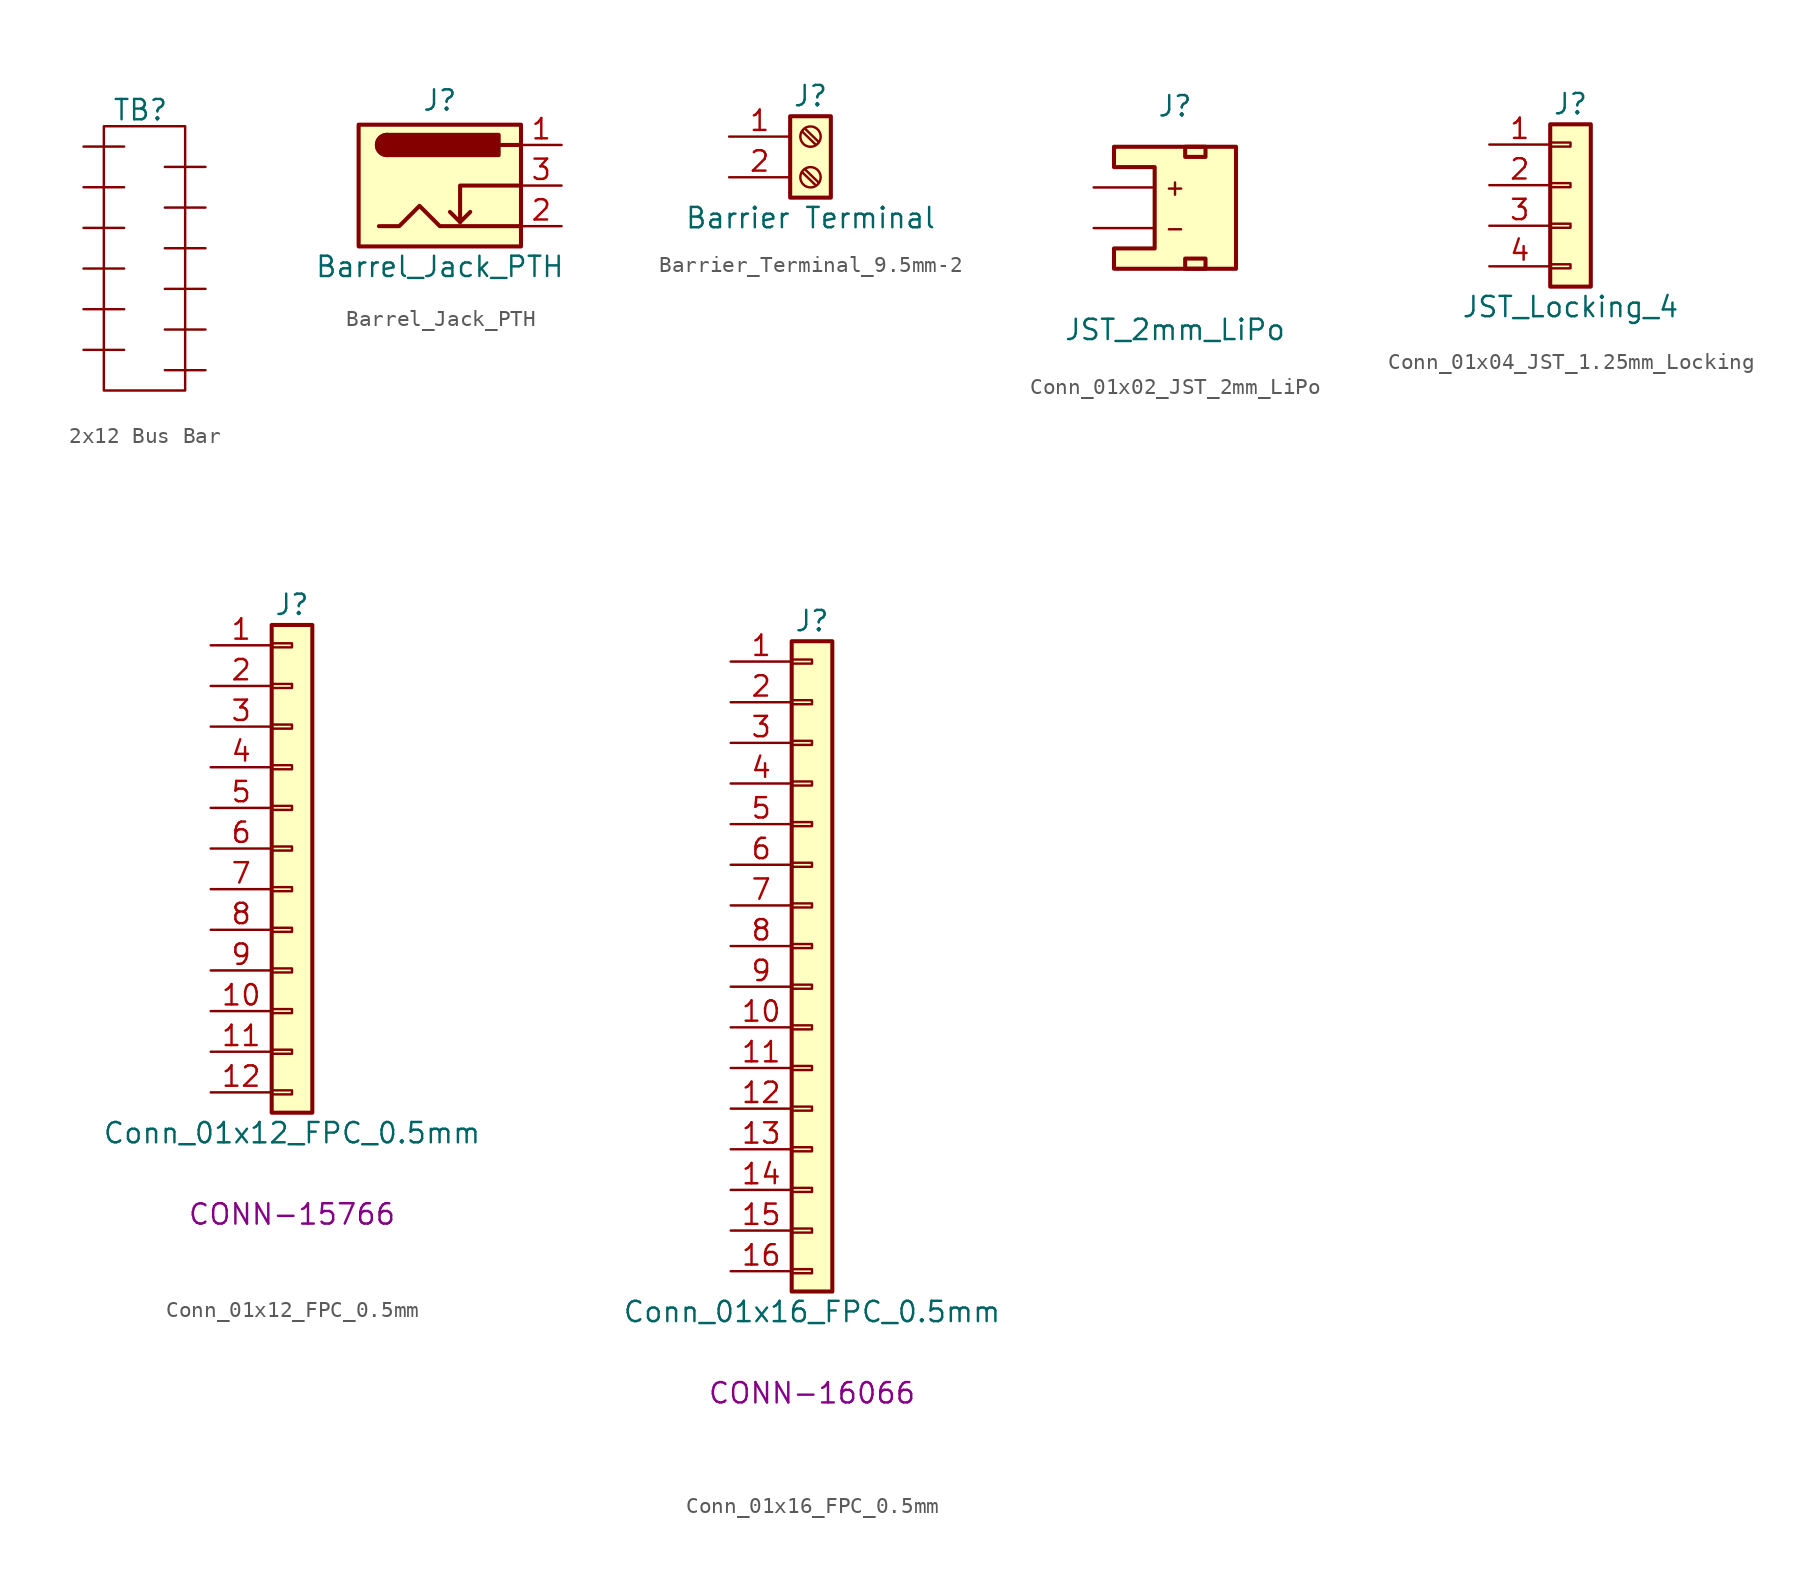
<source format=kicad_sym>
(kicad_symbol_lib
  (version 20231120)
  (generator "kicad_symbol_editor")
  (generator_version "8.0")
  (symbol "2x12 Bus Bar"
    (property "Reference" "TB"
      (at 1.016 6.096 0)
      (effects (font (size 1.27 1.27))))
    (property "Value" ""
      (at 0 0 0)
      (effects (font (size 1.27 1.27))))
    (symbol "2x12 Bus Bar_0_1"
      (rectangle (start -1.27 5.08) (end 3.81 -11.43) (stroke (width 0) (type default)) (fill (type none))))
    (symbol "2x12 Bus Bar_1_1"
      (pin passive line (at -2.54 -8.89 0) (length 2.54) (name "" (effects (font (size 1.27 1.27)))) (number "" (effects (font (size 1.27 1.27)))))
      (pin passive line (at -2.54 -6.35 0) (length 2.54) (name "" (effects (font (size 1.27 1.27)))) (number "" (effects (font (size 1.27 1.27)))))
      (pin passive line (at -2.54 -3.81 0) (length 2.54) (name "" (effects (font (size 1.27 1.27)))) (number "" (effects (font (size 1.27 1.27)))))
      (pin passive line (at -2.54 -1.27 0) (length 2.54) (name "" (effects (font (size 1.27 1.27)))) (number "" (effects (font (size 1.27 1.27)))))
      (pin passive line (at -2.54 1.27 0) (length 2.54) (name "" (effects (font (size 1.27 1.27)))) (number "" (effects (font (size 1.27 1.27)))))
      (pin passive line (at -2.54 3.81 0) (length 2.54) (name "" (effects (font (size 1.27 1.27)))) (number "" (effects (font (size 1.27 1.27)))))
      (pin passive line (at 5.08 -10.16 180) (length 2.54) (name "" (effects (font (size 1.27 1.27)))) (number "" (effects (font (size 1.27 1.27)))))
      (pin passive line (at 5.08 -7.62 180) (length 2.54) (name "" (effects (font (size 1.27 1.27)))) (number "" (effects (font (size 1.27 1.27)))))
      (pin passive line (at 5.08 -5.08 180) (length 2.54) (name "" (effects (font (size 1.27 1.27)))) (number "" (effects (font (size 1.27 1.27)))))
      (pin passive line (at 5.08 -2.54 180) (length 2.54) (name "" (effects (font (size 1.27 1.27)))) (number "" (effects (font (size 1.27 1.27)))))
      (pin passive line (at 5.08 0 180) (length 2.54) (name "" (effects (font (size 1.27 1.27)))) (number "" (effects (font (size 1.27 1.27)))))
      (pin passive line (at 5.08 2.54 180) (length 2.54) (name "" (effects (font (size 1.27 1.27)))) (number "" (effects (font (size 1.27 1.27)))))))
  (symbol "Barrel_Jack_PTH"
    (pin_names hide)
    (property "Reference" "J"
      (at 0 5.334 0)
      (effects (font (size 1.27 1.27))))
    (property "Value" "Barrel_Jack_PTH"
      (at 0 -5.08 0)
      (effects (font (size 1.27 1.27))))
    (symbol "Barrel_Jack_PTH_0_1"
      (rectangle (start -5.08 3.81) (end 5.08 -3.81) (stroke (width 0.254) (type default)) (fill (type background)))
      (arc (start -3.302 3.175) (mid -3.9343 2.54) (end -3.302 1.905) (stroke (width 0.254) (type default)) (fill (type none)))
      (arc (start -3.302 3.175) (mid -3.9343 2.54) (end -3.302 1.905) (stroke (width 0.254) (type default)) (fill (type outline)))
      (polyline (pts (xy 1.27 -2.286) (xy 1.905 -1.651)) (stroke (width 0.254) (type default)) (fill (type none)))
      (polyline (pts (xy 5.08 2.54) (xy 3.81 2.54)) (stroke (width 0.254) (type default)) (fill (type none)))
      (polyline (pts (xy 5.08 0) (xy 1.27 0) (xy 1.27 -2.286) (xy 0.635 -1.651)) (stroke (width 0.254) (type default)) (fill (type none)))
      (polyline (pts (xy -3.81 -2.54) (xy -2.54 -2.54) (xy -1.27 -1.27) (xy 0 -2.54) (xy 2.54 -2.54) (xy 5.08 -2.54)) (stroke (width 0.254) (type default)) (fill (type none)))
      (rectangle (start 3.683 3.175) (end -3.302 1.905) (stroke (width 0.254) (type default)) (fill (type outline))))
    (symbol "Barrel_Jack_PTH_1_1"
      (pin passive line (at 7.62 2.54 180) (length 2.54) (name "PWR" (effects (font (size 1.27 1.27)))) (number "1" (effects (font (size 1.27 1.27)))))
      (pin passive line (at 7.62 -2.54 180) (length 2.54) (name "GND" (effects (font (size 1.27 1.27)))) (number "2" (effects (font (size 1.27 1.27)))))
      (pin passive line (at 7.62 0 180) (length 2.54) (name "GNDBREAK" (effects (font (size 1.27 1.27)))) (number "3" (effects (font (size 1.27 1.27)))))))
  (symbol "Barrier_Terminal_9.5mm-2"
    (pin_names
      (offset 1.016) hide)
    (property "Reference" "J"
      (at 0 3.81 0)
      (effects (font (size 1.27 1.27))))
    (property "Value" "Barrier Terminal"
      (at 0 -3.81 0)
      (effects (font (size 1.27 1.27))))
    (symbol "Barrier_Terminal_9.5mm-2_1_1"
      (rectangle (start -1.27 2.54) (end 1.27 -2.54) (stroke (width 0.254) (type default)) (fill (type background)))
      (circle (center 0 -1.27) (radius 0.635) (stroke (width 0.152) (type default)) (fill (type none)))
      (polyline (pts (xy -0.533 -0.94) (xy 0.33 -1.778)) (stroke (width 0.152) (type default)) (fill (type none)))
      (polyline (pts (xy -0.533 1.6) (xy 0.33 0.762)) (stroke (width 0.152) (type default)) (fill (type none)))
      (polyline (pts (xy -0.356 -0.762) (xy 0.508 -1.6)) (stroke (width 0.152) (type default)) (fill (type none)))
      (polyline (pts (xy -0.356 1.778) (xy 0.508 0.94)) (stroke (width 0.152) (type default)) (fill (type none)))
      (circle (center 0 1.27) (radius 0.635) (stroke (width 0.152) (type default)) (fill (type none)))
      (pin passive line (at -5.08 1.27 0) (length 3.81) (name "Pin_1" (effects (font (size 1.27 1.27)))) (number "1" (effects (font (size 1.27 1.27)))))
      (pin passive line (at -5.08 -1.27 0) (length 3.81) (name "Pin_2" (effects (font (size 1.27 1.27)))) (number "2" (effects (font (size 1.27 1.27)))))))
  (symbol "Conn_01x02_JST_2mm_LiPo"
    (pin_numbers hide)
    (pin_names
      (offset 1.016) hide)
    (property "Reference" "J"
      (at 0 5.08 0)
      (effects (font (size 1.27 1.27))))
    (property "Value" "JST_2mm_LiPo"
      (at 0 -8.89 0)
      (effects (font (size 1.27 1.27))))
    (symbol "Conn_01x02_JST_2mm_LiPo_1_1"
      (polyline (pts (xy -1.27 1.27) (xy -3.81 1.27) (xy -3.81 2.54) (xy 3.81 2.54) (xy 3.81 -5.08) (xy -3.81 -5.08) (xy -3.81 -3.81) (xy -1.27 -3.81) (xy -1.27 1.27)) (stroke (width 0.254) (type default)) (fill (type background)))
      (rectangle (start 0.635 -4.445) (end 1.905 -5.08) (stroke (width 0.254) (type default)) (fill (type none)))
      (rectangle (start 0.635 2.54) (end 1.905 1.905) (stroke (width 0.254) (type default)) (fill (type none)))
      (text "+" (at 0 0 0) (effects (font (size 1 1))))
      (text "-" (at 0 -2.54 0) (effects (font (size 1 1))))
      (pin passive line (at -5.08 -2.54 0) (length 3.81) (name "-" (effects (font (size 1.27 1.27)))) (number "1" (effects (font (size 1.27 1.27)))))
      (pin passive line (at -5.08 0 0) (length 3.81) (name "+" (effects (font (size 1.27 1.27)))) (number "2" (effects (font (size 1.27 1.27)))))
      (pin no_connect line (at 1.27 -1.27 0) (length 2.54) hide (name "NC1" (effects (font (size 1.27 1.27)))) (number "NC1" (effects (font (size 1.27 1.27)))))
      (pin no_connect line (at 1.27 -1.27 0) (length 2.54) hide (name "NC2" (effects (font (size 1.27 1.27)))) (number "NC2" (effects (font (size 1.27 1.27)))))))
  (symbol "Conn_01x04_JST_1.25mm_Locking"
    (pin_names
      (offset 1.016) hide)
    (property "Reference" "J"
      (at 0 5.08 0)
      (effects (font (size 1.27 1.27))))
    (property "Value" "JST_Locking_4"
      (at 0 -7.62 0)
      (effects (font (size 1.27 1.27))))
    (symbol "Conn_01x04_JST_1.25mm_Locking_1_1"
      (rectangle (start -1.27 -4.953) (end 0 -5.207) (stroke (width 0.152) (type default)) (fill (type none)))
      (rectangle (start -1.27 -2.413) (end 0 -2.667) (stroke (width 0.152) (type default)) (fill (type none)))
      (rectangle (start -1.27 0.127) (end 0 -0.127) (stroke (width 0.152) (type default)) (fill (type none)))
      (rectangle (start -1.27 2.667) (end 0 2.413) (stroke (width 0.152) (type default)) (fill (type none)))
      (rectangle (start -1.27 3.81) (end 1.27 -6.35) (stroke (width 0.254) (type default)) (fill (type background)))
      (pin passive line (at -5.08 2.54 0) (length 3.81) (name "Pin_1" (effects (font (size 1.27 1.27)))) (number "1" (effects (font (size 1.27 1.27)))))
      (pin passive line (at -5.08 0 0) (length 3.81) (name "Pin_2" (effects (font (size 1.27 1.27)))) (number "2" (effects (font (size 1.27 1.27)))))
      (pin passive line (at -5.08 -2.54 0) (length 3.81) (name "Pin_3" (effects (font (size 1.27 1.27)))) (number "3" (effects (font (size 1.27 1.27)))))
      (pin passive line (at -5.08 -5.08 0) (length 3.81) (name "Pin_4" (effects (font (size 1.27 1.27)))) (number "4" (effects (font (size 1.27 1.27)))))
      (pin no_connect line (at 0 -6.35 90) (length 5.08) hide (name "NC" (effects (font (size 1.27 1.27)))) (number "NC1" (effects (font (size 1.27 1.27)))))
      (pin no_connect line (at 0 -6.35 90) (length 5.08) hide (name "NC" (effects (font (size 1.27 1.27)))) (number "NC2" (effects (font (size 1.27 1.27)))))))
  (symbol "Conn_01x12_FPC_0.5mm"
    (pin_names
      (offset 1.016) hide)
    (property "Reference" "J"
      (at 0 15.24 0)
      (effects (font (size 1.27 1.27))))
    (property "Value" "Conn_01x12_FPC_0.5mm"
      (at 0 -17.78 0)
      (effects (font (size 1.27 1.27))))
    (property "PROD_ID" "CONN-15766"
      (at 0 -22.86 0)
      (effects (font (size 1.27 1.27))))
    (symbol "Conn_01x12_FPC_0.5mm_1_1"
      (rectangle (start -1.27 -15.113) (end 0 -15.367) (stroke (width 0.152) (type default)) (fill (type none)))
      (rectangle (start -1.27 -12.573) (end 0 -12.827) (stroke (width 0.152) (type default)) (fill (type none)))
      (rectangle (start -1.27 -10.033) (end 0 -10.287) (stroke (width 0.152) (type default)) (fill (type none)))
      (rectangle (start -1.27 -7.493) (end 0 -7.747) (stroke (width 0.152) (type default)) (fill (type none)))
      (rectangle (start -1.27 -4.953) (end 0 -5.207) (stroke (width 0.152) (type default)) (fill (type none)))
      (rectangle (start -1.27 -2.413) (end 0 -2.667) (stroke (width 0.152) (type default)) (fill (type none)))
      (rectangle (start -1.27 0.127) (end 0 -0.127) (stroke (width 0.152) (type default)) (fill (type none)))
      (rectangle (start -1.27 2.667) (end 0 2.413) (stroke (width 0.152) (type default)) (fill (type none)))
      (rectangle (start -1.27 5.207) (end 0 4.953) (stroke (width 0.152) (type default)) (fill (type none)))
      (rectangle (start -1.27 7.747) (end 0 7.493) (stroke (width 0.152) (type default)) (fill (type none)))
      (rectangle (start -1.27 10.287) (end 0 10.033) (stroke (width 0.152) (type default)) (fill (type none)))
      (rectangle (start -1.27 12.827) (end 0 12.573) (stroke (width 0.152) (type default)) (fill (type none)))
      (rectangle (start -1.27 13.97) (end 1.27 -16.51) (stroke (width 0.254) (type default)) (fill (type background)))
      (pin passive line (at -5.08 12.7 0) (length 3.81) (name "Pin_1" (effects (font (size 1.27 1.27)))) (number "1" (effects (font (size 1.27 1.27)))))
      (pin passive line (at -5.08 -10.16 0) (length 3.81) (name "Pin_10" (effects (font (size 1.27 1.27)))) (number "10" (effects (font (size 1.27 1.27)))))
      (pin passive line (at -5.08 -12.7 0) (length 3.81) (name "Pin_11" (effects (font (size 1.27 1.27)))) (number "11" (effects (font (size 1.27 1.27)))))
      (pin passive line (at -5.08 -15.24 0) (length 3.81) (name "Pin_12" (effects (font (size 1.27 1.27)))) (number "12" (effects (font (size 1.27 1.27)))))
      (pin passive line (at -5.08 10.16 0) (length 3.81) (name "Pin_2" (effects (font (size 1.27 1.27)))) (number "2" (effects (font (size 1.27 1.27)))))
      (pin passive line (at -5.08 7.62 0) (length 3.81) (name "Pin_3" (effects (font (size 1.27 1.27)))) (number "3" (effects (font (size 1.27 1.27)))))
      (pin passive line (at -5.08 5.08 0) (length 3.81) (name "Pin_4" (effects (font (size 1.27 1.27)))) (number "4" (effects (font (size 1.27 1.27)))))
      (pin passive line (at -5.08 2.54 0) (length 3.81) (name "Pin_5" (effects (font (size 1.27 1.27)))) (number "5" (effects (font (size 1.27 1.27)))))
      (pin passive line (at -5.08 0 0) (length 3.81) (name "Pin_6" (effects (font (size 1.27 1.27)))) (number "6" (effects (font (size 1.27 1.27)))))
      (pin passive line (at -5.08 -2.54 0) (length 3.81) (name "Pin_7" (effects (font (size 1.27 1.27)))) (number "7" (effects (font (size 1.27 1.27)))))
      (pin passive line (at -5.08 -5.08 0) (length 3.81) (name "Pin_8" (effects (font (size 1.27 1.27)))) (number "8" (effects (font (size 1.27 1.27)))))
      (pin passive line (at -5.08 -7.62 0) (length 3.81) (name "Pin_9" (effects (font (size 1.27 1.27)))) (number "9" (effects (font (size 1.27 1.27)))))))
  (symbol "Conn_01x16_FPC_0.5mm"
    (pin_names
      (offset 1.016) hide)
    (property "Reference" "J"
      (at 0 20.32 0)
      (effects (font (size 1.27 1.27))))
    (property "Value" "Conn_01x16_FPC_0.5mm"
      (at 0 -22.86 0)
      (effects (font (size 1.27 1.27))))
    (property "PROD_ID" "CONN-16066"
      (at 0 -27.94 0)
      (effects (font (size 1.27 1.27))))
    (symbol "Conn_01x16_FPC_0.5mm_1_1"
      (rectangle (start -1.27 -20.193) (end 0 -20.447) (stroke (width 0.152) (type default)) (fill (type none)))
      (rectangle (start -1.27 -17.653) (end 0 -17.907) (stroke (width 0.152) (type default)) (fill (type none)))
      (rectangle (start -1.27 -15.113) (end 0 -15.367) (stroke (width 0.152) (type default)) (fill (type none)))
      (rectangle (start -1.27 -12.573) (end 0 -12.827) (stroke (width 0.152) (type default)) (fill (type none)))
      (rectangle (start -1.27 -10.033) (end 0 -10.287) (stroke (width 0.152) (type default)) (fill (type none)))
      (rectangle (start -1.27 -7.493) (end 0 -7.747) (stroke (width 0.152) (type default)) (fill (type none)))
      (rectangle (start -1.27 -4.953) (end 0 -5.207) (stroke (width 0.152) (type default)) (fill (type none)))
      (rectangle (start -1.27 -2.413) (end 0 -2.667) (stroke (width 0.152) (type default)) (fill (type none)))
      (rectangle (start -1.27 0.127) (end 0 -0.127) (stroke (width 0.152) (type default)) (fill (type none)))
      (rectangle (start -1.27 2.667) (end 0 2.413) (stroke (width 0.152) (type default)) (fill (type none)))
      (rectangle (start -1.27 5.207) (end 0 4.953) (stroke (width 0.152) (type default)) (fill (type none)))
      (rectangle (start -1.27 7.747) (end 0 7.493) (stroke (width 0.152) (type default)) (fill (type none)))
      (rectangle (start -1.27 10.287) (end 0 10.033) (stroke (width 0.152) (type default)) (fill (type none)))
      (rectangle (start -1.27 12.827) (end 0 12.573) (stroke (width 0.152) (type default)) (fill (type none)))
      (rectangle (start -1.27 15.367) (end 0 15.113) (stroke (width 0.152) (type default)) (fill (type none)))
      (rectangle (start -1.27 17.907) (end 0 17.653) (stroke (width 0.152) (type default)) (fill (type none)))
      (rectangle (start -1.27 19.05) (end 1.27 -21.59) (stroke (width 0.254) (type default)) (fill (type background)))
      (pin passive line (at -5.08 17.78 0) (length 3.81) (name "Pin_1" (effects (font (size 1.27 1.27)))) (number "1" (effects (font (size 1.27 1.27)))))
      (pin passive line (at -5.08 -5.08 0) (length 3.81) (name "Pin_10" (effects (font (size 1.27 1.27)))) (number "10" (effects (font (size 1.27 1.27)))))
      (pin passive line (at -5.08 -7.62 0) (length 3.81) (name "Pin_11" (effects (font (size 1.27 1.27)))) (number "11" (effects (font (size 1.27 1.27)))))
      (pin passive line (at -5.08 -10.16 0) (length 3.81) (name "Pin_12" (effects (font (size 1.27 1.27)))) (number "12" (effects (font (size 1.27 1.27)))))
      (pin passive line (at -5.08 -12.7 0) (length 3.81) (name "Pin_13" (effects (font (size 1.27 1.27)))) (number "13" (effects (font (size 1.27 1.27)))))
      (pin passive line (at -5.08 -15.24 0) (length 3.81) (name "Pin_14" (effects (font (size 1.27 1.27)))) (number "14" (effects (font (size 1.27 1.27)))))
      (pin passive line (at -5.08 -17.78 0) (length 3.81) (name "Pin_15" (effects (font (size 1.27 1.27)))) (number "15" (effects (font (size 1.27 1.27)))))
      (pin passive line (at -5.08 -20.32 0) (length 3.81) (name "Pin_16" (effects (font (size 1.27 1.27)))) (number "16" (effects (font (size 1.27 1.27)))))
      (pin passive line (at -5.08 15.24 0) (length 3.81) (name "Pin_2" (effects (font (size 1.27 1.27)))) (number "2" (effects (font (size 1.27 1.27)))))
      (pin passive line (at -5.08 12.7 0) (length 3.81) (name "Pin_3" (effects (font (size 1.27 1.27)))) (number "3" (effects (font (size 1.27 1.27)))))
      (pin passive line (at -5.08 10.16 0) (length 3.81) (name "Pin_4" (effects (font (size 1.27 1.27)))) (number "4" (effects (font (size 1.27 1.27)))))
      (pin passive line (at -5.08 7.62 0) (length 3.81) (name "Pin_5" (effects (font (size 1.27 1.27)))) (number "5" (effects (font (size 1.27 1.27)))))
      (pin passive line (at -5.08 5.08 0) (length 3.81) (name "Pin_6" (effects (font (size 1.27 1.27)))) (number "6" (effects (font (size 1.27 1.27)))))
      (pin passive line (at -5.08 2.54 0) (length 3.81) (name "Pin_7" (effects (font (size 1.27 1.27)))) (number "7" (effects (font (size 1.27 1.27)))))
      (pin passive line (at -5.08 0 0) (length 3.81) (name "Pin_8" (effects (font (size 1.27 1.27)))) (number "8" (effects (font (size 1.27 1.27)))))
      (pin passive line (at -5.08 -2.54 0) (length 3.81) (name "Pin_9" (effects (font (size 1.27 1.27)))) (number "9" (effects (font (size 1.27 1.27))))))))
</source>
